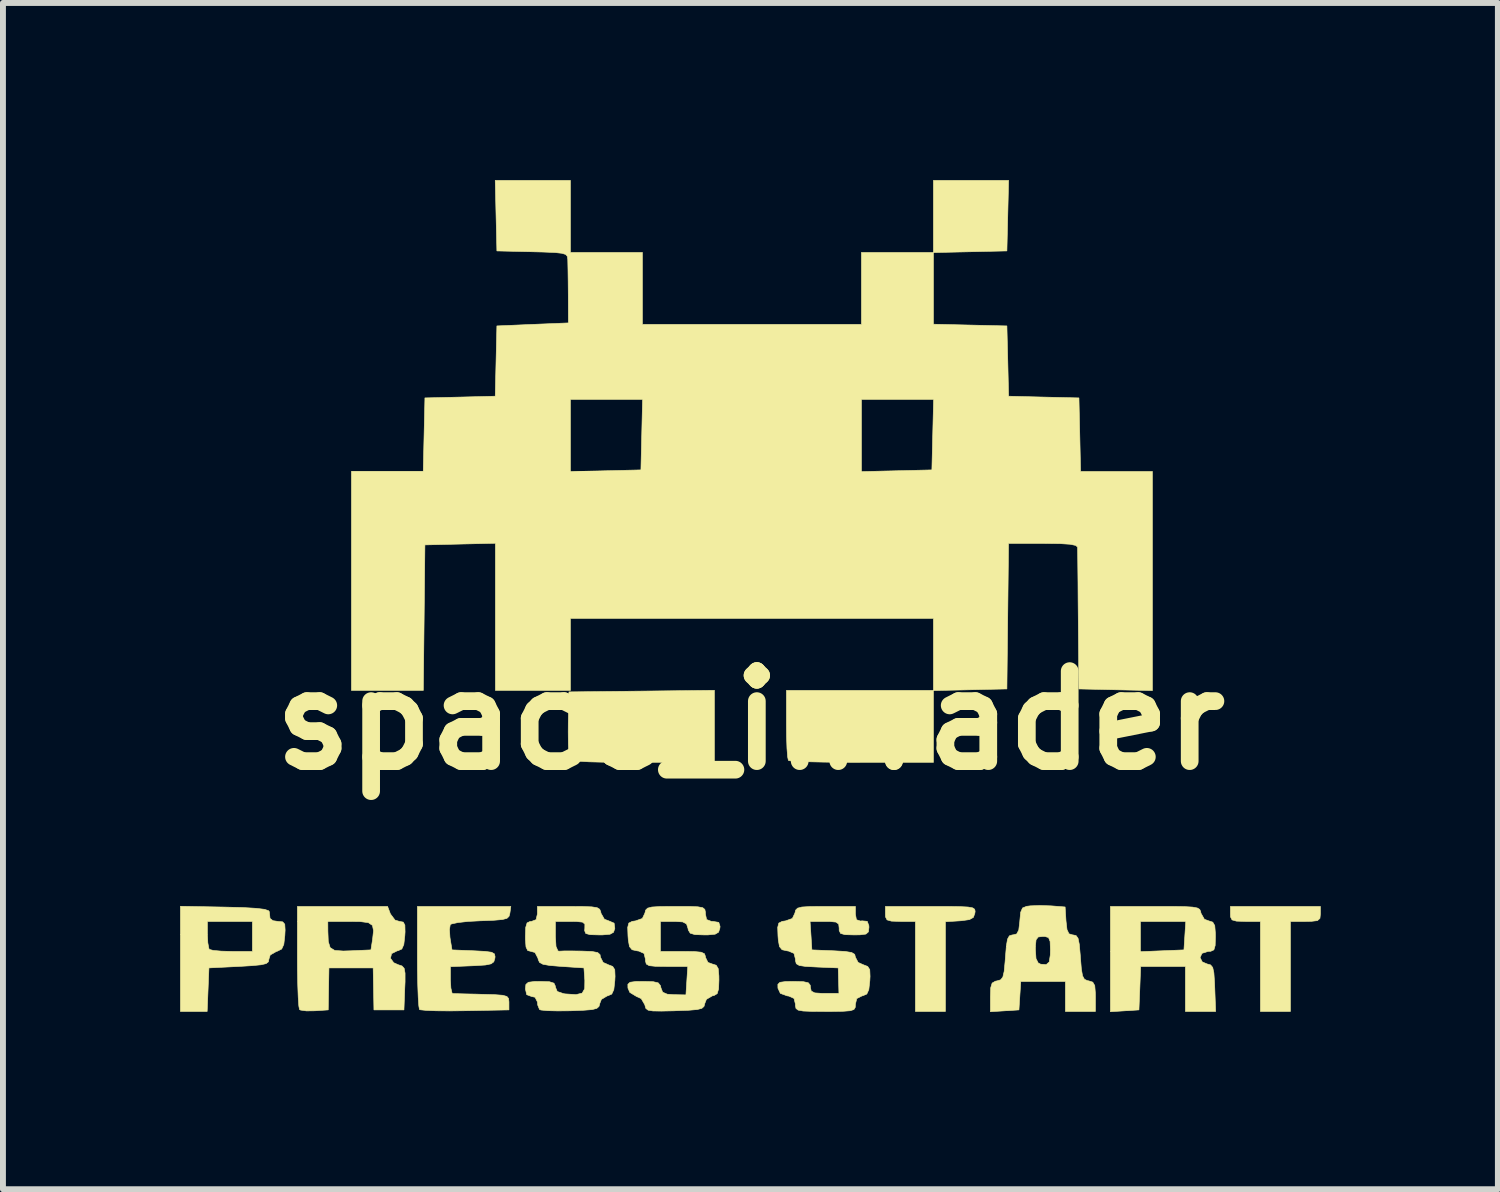
<source format=kicad_pcb>
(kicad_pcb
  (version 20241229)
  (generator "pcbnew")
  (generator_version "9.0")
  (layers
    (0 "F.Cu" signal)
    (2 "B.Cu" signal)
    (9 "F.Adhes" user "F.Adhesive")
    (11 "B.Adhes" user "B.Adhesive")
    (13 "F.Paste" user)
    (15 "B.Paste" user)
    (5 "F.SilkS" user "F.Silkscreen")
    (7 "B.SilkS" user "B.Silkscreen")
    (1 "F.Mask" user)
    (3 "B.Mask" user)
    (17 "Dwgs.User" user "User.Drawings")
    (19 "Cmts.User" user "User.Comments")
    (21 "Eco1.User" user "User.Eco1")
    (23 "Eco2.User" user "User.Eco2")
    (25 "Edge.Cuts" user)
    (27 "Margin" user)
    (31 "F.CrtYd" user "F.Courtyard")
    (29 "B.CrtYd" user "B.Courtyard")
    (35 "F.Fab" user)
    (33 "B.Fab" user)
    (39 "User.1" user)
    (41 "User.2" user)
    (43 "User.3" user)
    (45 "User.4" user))
  (footprint "space_invader"
    (layer "F.Cu")
    (at 9.657 9.149)
    (property "Reference" "space_invader" (at 0 0 0) (layer "F.SilkS") (effects (font (size 1.524 1.524) (thickness 0.3))))
    (attr through_hole)
    (fp_poly (pts (xy -0.61 0.711) (xy -1.823 0.711) (xy -2.214 0.71) (xy -2.515 0.707) (xy -2.737 0.701) (xy -2.891 0.692) (xy -2.99 0.678) (xy -3.045 0.66) (xy -3.066 0.637) (xy -3.077 0.557) (xy -3.083 0.401) (xy -3.085 0.194) (xy -3.084 0.04) (xy -3.073 -0.483) (xy -1.841 -0.496) (xy -0.61 -0.51) (xy -0.61 0.711)) (stroke (width 0.01) (type solid)) (fill yes) (layer "F.SilkS"))
    (fp_poly (pts (xy 9.652 3.277) (xy 9.644 3.352) (xy 9.602 3.39) (xy 9.5 3.402) (xy 9.398 3.404) (xy 9.144 3.404) (xy 9.144 4.928) (xy 8.636 4.928) (xy 8.636 3.404) (xy 8.382 3.404) (xy 8.231 3.399) (xy 8.156 3.378) (xy 8.13 3.328) (xy 8.128 3.277) (xy 8.128 3.15) (xy 9.652 3.15) (xy 9.652 3.277)) (stroke (width 0.01) (type solid)) (fill yes) (layer "F.SilkS"))
    (fp_poly (pts (xy 3.345 3.15) (xy 3.551 3.153) (xy 3.686 3.16) (xy 3.763 3.174) (xy 3.797 3.197) (xy 3.805 3.231) (xy 3.801 3.264) (xy 3.776 3.335) (xy 3.709 3.373) (xy 3.572 3.392) (xy 3.543 3.394) (xy 3.302 3.409) (xy 3.302 4.928) (xy 2.794 4.928) (xy 2.794 3.404) (xy 2.54 3.404) (xy 2.389 3.399) (xy 2.314 3.378) (xy 2.288 3.328) (xy 2.286 3.277) (xy 2.286 3.15) (xy 3.052 3.15) (xy 3.345 3.15)) (stroke (width 0.01) (type solid)) (fill yes) (layer "F.SilkS"))
    (fp_poly (pts (xy -8.903 3.161) (xy -8.59 3.169) (xy -8.368 3.182) (xy -8.228 3.199) (xy -8.159 3.222) (xy -8.147 3.239) (xy -8.136 3.338) (xy -8.134 3.353) (xy -8.086 3.391) (xy -7.998 3.404) (xy -7.92 3.411) (xy -7.885 3.451) (xy -7.879 3.55) (xy -7.884 3.643) (xy -7.901 3.792) (xy -7.937 3.871) (xy -8.008 3.907) (xy -8.026 3.912) (xy -8.131 3.972) (xy -8.153 4.041) (xy -8.162 4.087) (xy -8.201 4.118) (xy -8.287 4.138) (xy -8.439 4.153) (xy -8.661 4.166) (xy -9.169 4.191) (xy -9.199 4.928) (xy -9.652 4.928) (xy -9.652 3.404) (xy -9.195 3.404) (xy -9.195 3.624) (xy -9.188 3.766) (xy -9.17 3.862) (xy -9.161 3.878) (xy -9.096 3.895) (xy -8.96 3.907) (xy -8.781 3.912) (xy -8.78 3.912) (xy -8.433 3.912) (xy -8.433 3.404) (xy -9.195 3.404) (xy -9.652 3.404) (xy -9.652 3.147) (xy -8.903 3.161)) (stroke (width 0.01) (type solid)) (fill yes) (layer "F.SilkS"))
    (fp_poly (pts (xy 7.146 3.15) (xy 7.352 3.153) (xy 7.487 3.161) (xy 7.567 3.176) (xy 7.608 3.2) (xy 7.624 3.236) (xy 7.629 3.264) (xy 7.687 3.367) (xy 7.76 3.394) (xy 7.829 3.416) (xy 7.863 3.475) (xy 7.873 3.598) (xy 7.874 3.661) (xy 7.87 3.811) (xy 7.848 3.885) (xy 7.796 3.909) (xy 7.747 3.912) (xy 7.647 3.944) (xy 7.614 4.016) (xy 7.652 4.09) (xy 7.734 4.124) (xy 7.792 4.14) (xy 7.828 4.183) (xy 7.848 4.274) (xy 7.859 4.435) (xy 7.863 4.534) (xy 7.878 4.928) (xy 7.366 4.928) (xy 7.366 4.166) (xy 6.608 4.166) (xy 6.594 4.534) (xy 6.579 4.902) (xy 6.096 4.933) (xy 6.096 3.404) (xy 6.604 3.404) (xy 6.604 3.916) (xy 6.972 3.901) (xy 7.341 3.886) (xy 7.372 3.404) (xy 6.604 3.404) (xy 6.096 3.404) (xy 6.096 3.15) (xy 6.854 3.15) (xy 7.146 3.15)) (stroke (width 0.01) (type solid)) (fill yes) (layer "F.SilkS"))
    (fp_poly (pts (xy -6.096 3.277) (xy -6.018 3.381) (xy -5.942 3.404) (xy -5.879 3.415) (xy -5.851 3.466) (xy -5.848 3.582) (xy -5.852 3.645) (xy -5.869 3.795) (xy -5.903 3.871) (xy -5.968 3.9) (xy -5.982 3.902) (xy -6.076 3.949) (xy -6.095 4.027) (xy -6.04 4.103) (xy -5.967 4.136) (xy -5.9 4.158) (xy -5.863 4.198) (xy -5.848 4.28) (xy -5.848 4.428) (xy -5.853 4.535) (xy -5.867 4.902) (xy -6.375 4.902) (xy -6.388 4.191) (xy -7.137 4.191) (xy -7.149 4.902) (xy -7.374 4.917) (xy -7.518 4.919) (xy -7.617 4.905) (xy -7.635 4.896) (xy -7.647 4.836) (xy -7.657 4.691) (xy -7.665 4.48) (xy -7.67 4.22) (xy -7.671 4.005) (xy -7.671 3.404) (xy -7.156 3.404) (xy -7.155 3.569) (xy -7.148 3.745) (xy -7.116 3.848) (xy -7.039 3.895) (xy -6.894 3.905) (xy -6.765 3.901) (xy -6.426 3.886) (xy -6.398 3.708) (xy -6.382 3.561) (xy -6.4 3.471) (xy -6.471 3.424) (xy -6.612 3.406) (xy -6.784 3.404) (xy -7.156 3.404) (xy -7.671 3.404) (xy -7.671 3.15) (xy -6.144 3.15) (xy -6.096 3.277)) (stroke (width 0.01) (type solid)) (fill yes) (layer "F.SilkS"))
    (fp_poly (pts (xy -4.073 3.264) (xy -4.087 3.317) (xy -4.123 3.352) (xy -4.201 3.372) (xy -4.342 3.384) (xy -4.563 3.393) (xy -4.57 3.393) (xy -4.782 3.404) (xy -4.953 3.423) (xy -5.06 3.446) (xy -5.083 3.459) (xy -5.096 3.539) (xy -5.088 3.671) (xy -5.084 3.698) (xy -5.053 3.886) (xy -4.682 3.901) (xy -4.492 3.911) (xy -4.382 3.926) (xy -4.334 3.954) (xy -4.324 4.001) (xy -4.327 4.028) (xy -4.345 4.087) (xy -4.391 4.122) (xy -4.489 4.142) (xy -4.662 4.153) (xy -4.712 4.155) (xy -5.08 4.17) (xy -5.08 4.396) (xy -5.072 4.533) (xy -5.053 4.614) (xy -5.042 4.625) (xy -4.977 4.627) (xy -4.836 4.631) (xy -4.644 4.635) (xy -4.547 4.638) (xy -4.33 4.644) (xy -4.196 4.654) (xy -4.124 4.674) (xy -4.095 4.709) (xy -4.089 4.766) (xy -4.089 4.775) (xy -4.089 4.902) (xy -4.829 4.916) (xy -5.093 4.919) (xy -5.321 4.917) (xy -5.493 4.91) (xy -5.59 4.9) (xy -5.604 4.895) (xy -5.615 4.835) (xy -5.625 4.691) (xy -5.633 4.48) (xy -5.638 4.22) (xy -5.639 4.005) (xy -5.639 3.15) (xy -4.057 3.15) (xy -4.073 3.264)) (stroke (width 0.01) (type solid)) (fill yes) (layer "F.SilkS"))
    (fp_poly (pts (xy 5.086 3.14) (xy 5.116 3.142) (xy 5.329 3.159) (xy 5.344 3.396) (xy 5.361 3.543) (xy 5.394 3.613) (xy 5.456 3.632) (xy 5.461 3.632) (xy 5.514 3.643) (xy 5.548 3.689) (xy 5.569 3.791) (xy 5.585 3.97) (xy 5.588 4.013) (xy 5.604 4.209) (xy 5.624 4.325) (xy 5.656 4.383) (xy 5.707 4.407) (xy 5.728 4.41) (xy 5.797 4.432) (xy 5.831 4.491) (xy 5.841 4.614) (xy 5.842 4.677) (xy 5.842 4.928) (xy 5.334 4.928) (xy 5.334 4.42) (xy 4.578 4.42) (xy 4.547 4.902) (xy 4.064 4.933) (xy 4.064 4.68) (xy 4.069 4.527) (xy 4.093 4.448) (xy 4.148 4.416) (xy 4.178 4.41) (xy 4.237 4.393) (xy 4.274 4.347) (xy 4.297 4.25) (xy 4.313 4.081) (xy 4.318 4.013) (xy 4.329 3.882) (xy 4.826 3.882) (xy 4.836 4.033) (xy 4.874 4.108) (xy 4.915 4.128) (xy 5.009 4.135) (xy 5.06 4.09) (xy 5.078 3.972) (xy 5.08 3.883) (xy 5.075 3.743) (xy 5.048 3.677) (xy 4.985 3.658) (xy 4.953 3.658) (xy 4.874 3.667) (xy 4.837 3.715) (xy 4.826 3.827) (xy 4.826 3.882) (xy 4.329 3.882) (xy 4.334 3.818) (xy 4.354 3.703) (xy 4.385 3.648) (xy 4.434 3.632) (xy 4.445 3.632) (xy 4.509 3.616) (xy 4.544 3.55) (xy 4.561 3.409) (xy 4.562 3.394) (xy 4.576 3.249) (xy 4.608 3.176) (xy 4.677 3.148) (xy 4.74 3.14) (xy 4.901 3.134) (xy 5.086 3.14)) (stroke (width 0.01) (type solid)) (fill yes) (layer "F.SilkS"))
    (fp_poly (pts (xy 1.778 3.28) (xy 1.795 3.375) (xy 1.862 3.397) (xy 1.892 3.394) (xy 1.978 3.402) (xy 2.006 3.476) (xy 2.007 3.505) (xy 1.998 3.581) (xy 1.956 3.618) (xy 1.855 3.631) (xy 1.753 3.632) (xy 1.602 3.628) (xy 1.527 3.607) (xy 1.503 3.557) (xy 1.503 3.518) (xy 1.495 3.449) (xy 1.448 3.415) (xy 1.337 3.404) (xy 1.259 3.404) (xy 1.01 3.404) (xy 1.026 3.645) (xy 1.041 3.886) (xy 1.41 3.901) (xy 1.602 3.912) (xy 1.714 3.93) (xy 1.766 3.961) (xy 1.778 4.01) (xy 1.824 4.098) (xy 1.908 4.136) (xy 1.986 4.166) (xy 2.021 4.221) (xy 2.026 4.334) (xy 2.022 4.409) (xy 2.005 4.558) (xy 1.971 4.633) (xy 1.905 4.662) (xy 1.892 4.664) (xy 1.801 4.71) (xy 1.778 4.804) (xy 1.775 4.86) (xy 1.752 4.896) (xy 1.691 4.916) (xy 1.574 4.925) (xy 1.382 4.928) (xy 1.27 4.928) (xy 1.039 4.927) (xy 0.892 4.921) (xy 0.809 4.906) (xy 0.772 4.878) (xy 0.762 4.831) (xy 0.762 4.804) (xy 0.739 4.708) (xy 0.65 4.668) (xy 0.622 4.664) (xy 0.507 4.622) (xy 0.466 4.534) (xy 0.465 4.469) (xy 0.5 4.435) (xy 0.595 4.422) (xy 0.733 4.42) (xy 0.896 4.424) (xy 0.981 4.443) (xy 1.013 4.484) (xy 1.016 4.521) (xy 1.03 4.583) (xy 1.089 4.614) (xy 1.219 4.623) (xy 1.257 4.623) (xy 1.499 4.623) (xy 1.493 4.407) (xy 1.487 4.191) (xy 1.125 4.176) (xy 0.936 4.166) (xy 0.828 4.15) (xy 0.777 4.12) (xy 0.763 4.068) (xy 0.762 4.04) (xy 0.738 3.945) (xy 0.647 3.906) (xy 0.622 3.902) (xy 0.536 3.883) (xy 0.492 3.83) (xy 0.472 3.717) (xy 0.467 3.649) (xy 0.462 3.504) (xy 0.481 3.432) (xy 0.538 3.403) (xy 0.594 3.395) (xy 0.71 3.354) (xy 0.753 3.264) (xy 0.766 3.212) (xy 0.799 3.179) (xy 0.871 3.16) (xy 1.002 3.152) (xy 1.211 3.15) (xy 1.274 3.15) (xy 1.778 3.15) (xy 1.778 3.28)) (stroke (width 0.01) (type solid)) (fill yes) (layer "F.SilkS"))
    (fp_poly (pts (xy -1.037 3.15) (xy -0.89 3.156) (xy -0.808 3.171) (xy -0.772 3.2) (xy -0.762 3.247) (xy -0.762 3.277) (xy -0.742 3.372) (xy -0.661 3.403) (xy -0.631 3.404) (xy -0.536 3.42) (xy -0.514 3.487) (xy -0.517 3.518) (xy -0.539 3.586) (xy -0.597 3.62) (xy -0.718 3.632) (xy -0.787 3.632) (xy -0.94 3.627) (xy -1.019 3.603) (xy -1.052 3.549) (xy -1.058 3.518) (xy -1.082 3.446) (xy -1.146 3.412) (xy -1.28 3.404) (xy -1.299 3.404) (xy -1.524 3.404) (xy -1.524 3.912) (xy -1.143 3.912) (xy -0.948 3.914) (xy -0.833 3.925) (xy -0.778 3.951) (xy -0.762 3.995) (xy -0.762 4.01) (xy -0.719 4.098) (xy -0.648 4.124) (xy -0.579 4.146) (xy -0.545 4.203) (xy -0.534 4.325) (xy -0.533 4.394) (xy -0.539 4.548) (xy -0.563 4.627) (xy -0.617 4.659) (xy -0.645 4.664) (xy -0.745 4.723) (xy -0.772 4.791) (xy -0.786 4.843) (xy -0.823 4.876) (xy -0.902 4.896) (xy -1.044 4.908) (xy -1.267 4.916) (xy -1.279 4.917) (xy -1.505 4.922) (xy -1.65 4.92) (xy -1.731 4.907) (xy -1.77 4.878) (xy -1.785 4.83) (xy -1.787 4.817) (xy -1.849 4.711) (xy -1.93 4.674) (xy -2.042 4.606) (xy -2.074 4.532) (xy -2.075 4.468) (xy -2.038 4.434) (xy -1.941 4.421) (xy -1.81 4.42) (xy -1.648 4.424) (xy -1.561 4.444) (xy -1.524 4.49) (xy -1.515 4.529) (xy -1.486 4.602) (xy -1.408 4.636) (xy -1.295 4.644) (xy -1.092 4.648) (xy -1.061 4.166) (xy -1.42 4.166) (xy -1.606 4.164) (xy -1.714 4.153) (xy -1.763 4.125) (xy -1.777 4.074) (xy -1.778 4.042) (xy -1.801 3.946) (xy -1.89 3.906) (xy -1.918 3.902) (xy -2.004 3.883) (xy -2.048 3.83) (xy -2.068 3.717) (xy -2.073 3.649) (xy -2.078 3.504) (xy -2.059 3.432) (xy -2.002 3.403) (xy -1.946 3.395) (xy -1.83 3.354) (xy -1.787 3.264) (xy -1.774 3.212) (xy -1.741 3.179) (xy -1.669 3.16) (xy -1.538 3.152) (xy -1.329 3.15) (xy -1.266 3.15) (xy -1.037 3.15)) (stroke (width 0.01) (type solid)) (fill yes) (layer "F.SilkS"))
    (fp_poly (pts (xy -2.84 3.151) (xy -2.686 3.157) (xy -2.596 3.171) (xy -2.552 3.198) (xy -2.534 3.242) (xy -2.531 3.264) (xy -2.473 3.366) (xy -2.397 3.395) (xy -2.308 3.433) (xy -2.296 3.522) (xy -2.318 3.588) (xy -2.378 3.621) (xy -2.504 3.632) (xy -2.565 3.632) (xy -2.715 3.628) (xy -2.788 3.608) (xy -2.807 3.561) (xy -2.804 3.518) (xy -2.803 3.45) (xy -2.842 3.416) (xy -2.944 3.405) (xy -3.045 3.404) (xy -3.302 3.404) (xy -3.302 3.66) (xy -3.292 3.828) (xy -3.259 3.903) (xy -3.239 3.908) (xy -3.157 3.904) (xy -3.008 3.904) (xy -2.857 3.906) (xy -2.682 3.913) (xy -2.586 3.931) (xy -2.546 3.967) (xy -2.54 4.008) (xy -2.494 4.098) (xy -2.41 4.136) (xy -2.332 4.166) (xy -2.297 4.221) (xy -2.292 4.334) (xy -2.296 4.409) (xy -2.313 4.558) (xy -2.348 4.634) (xy -2.414 4.663) (xy -2.423 4.664) (xy -2.523 4.723) (xy -2.55 4.791) (xy -2.564 4.843) (xy -2.601 4.876) (xy -2.681 4.897) (xy -2.824 4.908) (xy -3.049 4.917) (xy -3.051 4.917) (xy -3.263 4.919) (xy -3.437 4.915) (xy -3.547 4.904) (xy -3.571 4.895) (xy -3.602 4.819) (xy -3.607 4.767) (xy -3.647 4.688) (xy -3.708 4.674) (xy -3.788 4.644) (xy -3.81 4.547) (xy -3.802 4.471) (xy -3.76 4.434) (xy -3.658 4.421) (xy -3.556 4.42) (xy -3.403 4.425) (xy -3.327 4.449) (xy -3.303 4.499) (xy -3.302 4.516) (xy -3.271 4.59) (xy -3.163 4.627) (xy -3.137 4.631) (xy -2.953 4.643) (xy -2.849 4.618) (xy -2.806 4.543) (xy -2.804 4.404) (xy -2.804 4.403) (xy -2.819 4.191) (xy -3.2 4.166) (xy -3.396 4.15) (xy -3.512 4.13) (xy -3.571 4.098) (xy -3.594 4.046) (xy -3.598 4.026) (xy -3.648 3.93) (xy -3.712 3.912) (xy -3.771 3.897) (xy -3.8 3.837) (xy -3.81 3.707) (xy -3.81 3.658) (xy -3.805 3.505) (xy -3.782 3.429) (xy -3.732 3.405) (xy -3.708 3.404) (xy -3.629 3.374) (xy -3.607 3.277) (xy -3.607 3.15) (xy -3.077 3.15) (xy -2.84 3.151)) (stroke (width 0.01) (type solid)) (fill yes) (layer "F.SilkS"))
    (fp_poly (pts (xy -3.048 -7.925) (xy -1.829 -7.925) (xy -1.829 -6.706) (xy 1.88 -6.706) (xy 1.88 -7.925) (xy 3.099 -7.925) (xy 3.099 -9.144) (xy 4.372 -9.144) (xy 4.343 -7.95) (xy 3.721 -7.936) (xy 3.099 -7.922) (xy 3.099 -6.709) (xy 4.343 -6.68) (xy 4.358 -6.085) (xy 4.372 -5.49) (xy 4.967 -5.475) (xy 5.563 -5.461) (xy 5.577 -4.839) (xy 5.591 -4.216) (xy 6.807 -4.216) (xy 6.807 -0.505) (xy 6.185 -0.519) (xy 5.563 -0.533) (xy 5.552 -1.702) (xy 5.549 -2.039) (xy 5.547 -2.343) (xy 5.544 -2.6) (xy 5.542 -2.794) (xy 5.54 -2.909) (xy 5.54 -2.934) (xy 5.509 -2.963) (xy 5.412 -2.983) (xy 5.237 -2.994) (xy 4.973 -2.997) (xy 4.954 -2.997) (xy 4.371 -2.997) (xy 4.343 -0.533) (xy 3.721 -0.519) (xy 3.099 -0.505) (xy 3.099 0.711) (xy 1.888 0.711) (xy 1.547 0.71) (xy 1.24 0.706) (xy 0.983 0.7) (xy 0.788 0.693) (xy 0.671 0.684) (xy 0.643 0.677) (xy 0.63 0.616) (xy 0.619 0.474) (xy 0.612 0.275) (xy 0.61 0.068) (xy 0.61 -0.508) (xy 3.099 -0.508) (xy 3.099 -1.727) (xy -3.048 -1.727) (xy -3.048 -0.508) (xy -4.318 -0.508) (xy -4.318 -3) (xy -4.915 -2.986) (xy -5.512 -2.972) (xy -5.525 -1.74) (xy -5.539 -0.508) (xy -6.756 -0.508) (xy -6.756 -4.216) (xy -5.54 -4.216) (xy -5.512 -5.436) (xy -3.048 -5.436) (xy -3.048 -4.213) (xy -1.854 -4.242) (xy -1.826 -5.436) (xy 1.88 -5.436) (xy 1.88 -4.213) (xy 3.073 -4.242) (xy 3.102 -5.436) (xy 1.88 -5.436) (xy -1.826 -5.436) (xy -3.048 -5.436) (xy -5.512 -5.436) (xy -5.512 -5.461) (xy -4.916 -5.475) (xy -4.321 -5.49) (xy -4.307 -6.085) (xy -4.293 -6.68) (xy -3.687 -6.706) (xy -3.082 -6.731) (xy -3.084 -7.214) (xy -3.086 -7.438) (xy -3.089 -7.633) (xy -3.092 -7.771) (xy -3.093 -7.809) (xy -3.1 -7.857) (xy -3.127 -7.89) (xy -3.192 -7.91) (xy -3.311 -7.923) (xy -3.502 -7.931) (xy -3.696 -7.936) (xy -4.293 -7.95) (xy -4.307 -8.547) (xy -4.321 -9.144) (xy -3.048 -9.144) (xy -3.048 -7.925)) (stroke (width 0.01) (type solid)) (fill yes) (layer "F.SilkS")))
  (gr_rect
    (start -3 -3)
    (end 22.314 17.087)
    (stroke (width 0.1) (type default))
    (fill no)
    (layer "Edge.Cuts")))
</source>
